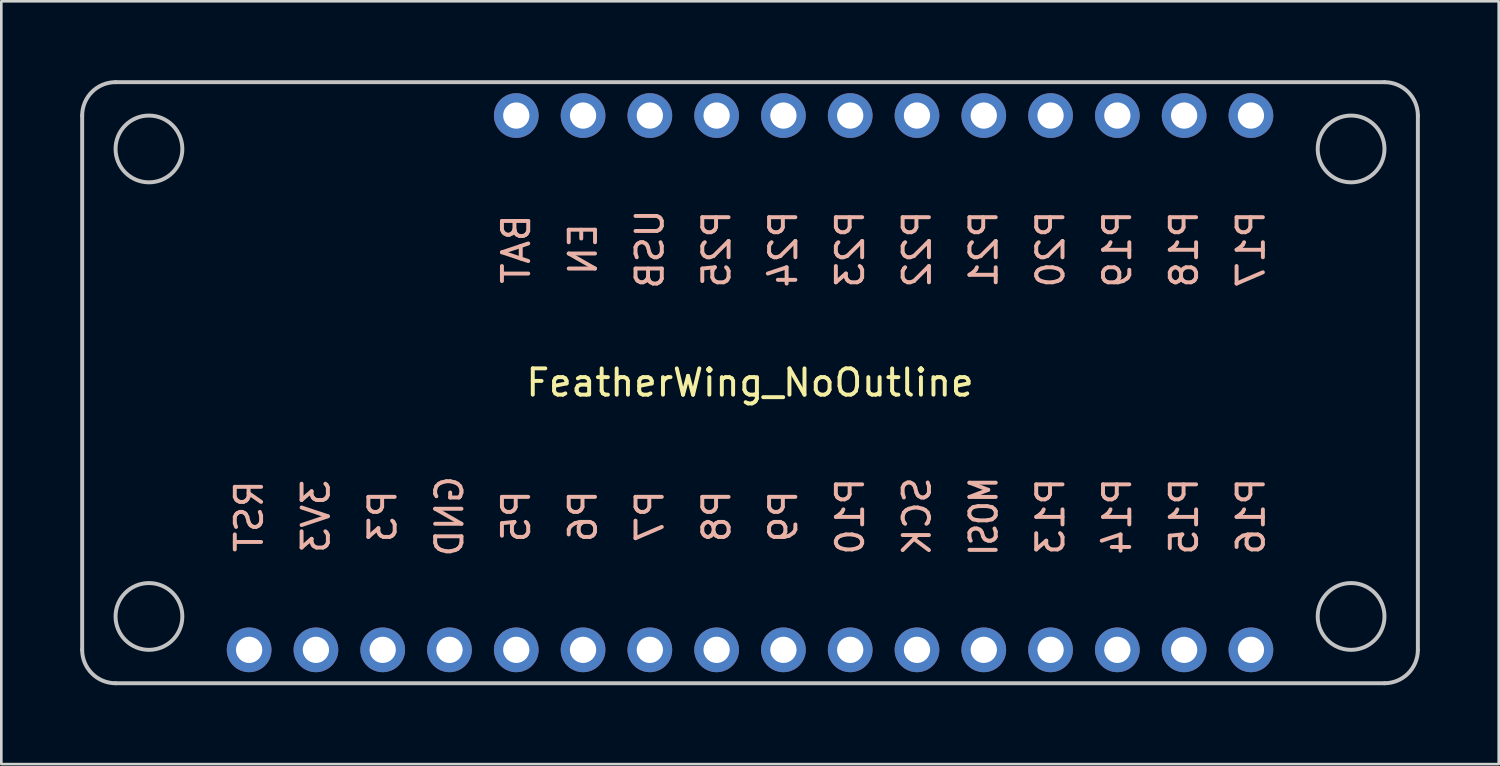
<source format=kicad_pcb>
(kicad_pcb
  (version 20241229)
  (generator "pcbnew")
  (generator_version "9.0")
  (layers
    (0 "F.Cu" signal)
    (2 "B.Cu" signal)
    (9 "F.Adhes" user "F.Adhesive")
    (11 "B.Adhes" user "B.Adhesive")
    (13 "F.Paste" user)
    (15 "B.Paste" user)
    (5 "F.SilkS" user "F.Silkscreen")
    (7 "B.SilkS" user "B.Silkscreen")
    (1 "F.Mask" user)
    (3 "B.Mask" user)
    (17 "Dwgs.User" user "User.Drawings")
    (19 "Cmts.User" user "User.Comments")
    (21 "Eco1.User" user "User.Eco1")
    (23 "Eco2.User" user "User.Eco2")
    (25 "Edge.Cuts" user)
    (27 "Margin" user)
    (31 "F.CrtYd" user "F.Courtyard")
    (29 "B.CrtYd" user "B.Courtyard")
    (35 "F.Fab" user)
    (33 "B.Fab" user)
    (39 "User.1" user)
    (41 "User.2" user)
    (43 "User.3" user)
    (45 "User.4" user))
  (footprint "FeatherWing_NoOutline"
    (layer "F.Cu")
    (at 25.475 11.505)
    (property "Reference" "FeatherWing_NoOutline" (at 0 0 0) (layer "F.SilkS") (effects (font (size 1 1) (thickness 0.15))))
    (attr through_hole)
    (fp_line (start -25.4 10.16) (end -25.4 -10.16) (stroke (width 0.15) (type solid)) (layer "Dwgs.User"))
    (fp_line (start -24.13 -11.43) (end 24.13 -11.43) (stroke (width 0.15) (type solid)) (layer "Dwgs.User"))
    (fp_line (start 24.13 11.43) (end -24.13 11.43) (stroke (width 0.15) (type solid)) (layer "Dwgs.User"))
    (fp_line (start 25.4 -10.16) (end 25.4 10.16) (stroke (width 0.15) (type solid)) (layer "Dwgs.User"))
    (fp_arc (start -25.4 -10.16) (mid -25.028026 -11.058026) (end -24.13 -11.43) (stroke (width 0.15) (type solid)) (layer "Dwgs.User"))
    (fp_arc (start -24.13 11.43) (mid -25.028026 11.058026) (end -25.4 10.16) (stroke (width 0.15) (type solid)) (layer "Dwgs.User"))
    (fp_arc (start 24.13 -11.43) (mid 25.028026 -11.058026) (end 25.4 -10.16) (stroke (width 0.15) (type solid)) (layer "Dwgs.User"))
    (fp_arc (start 25.4 10.16) (mid 25.028026 11.058026) (end 24.13 11.43) (stroke (width 0.15) (type solid)) (layer "Dwgs.User"))
    (fp_circle (center -22.86 -8.89) (end -21.59 -8.89) (stroke (width 0.15) (type solid)) (fill no) (layer "Dwgs.User"))
    (fp_circle (center -22.86 8.89) (end -21.59 8.89) (stroke (width 0.15) (type solid)) (fill no) (layer "Dwgs.User"))
    (fp_circle (center 22.86 -8.89) (end 21.59 -8.89) (stroke (width 0.15) (type solid)) (fill no) (layer "Dwgs.User"))
    (fp_circle (center 22.86 8.89) (end 21.59 8.89) (stroke (width 0.15) (type solid)) (fill no) (layer "Dwgs.User"))
    (fp_text user "P17" (at 19.05 -5.08 90) (layer "B.SilkS") (effects (font (size 1 1) (thickness 0.15)) (justify mirror)))
    (fp_text user "P3" (at -13.97 5.08 90) (layer "B.SilkS") (effects (font (size 1 1) (thickness 0.15)) (justify mirror)))
    (fp_text user "EN" (at -6.35 -5.08 90) (layer "B.SilkS") (effects (font (size 1 1) (thickness 0.15)) (justify mirror)))
    (fp_text user "RST" (at -19.05 5.08 90) (layer "B.SilkS") (effects (font (size 1 1) (thickness 0.15)) (justify mirror)))
    (fp_text user "USB" (at -3.81 -5.08 90) (layer "B.SilkS") (effects (font (size 1 1) (thickness 0.15)) (justify mirror)))
    (fp_text user "P18" (at 16.51 -5.08 90) (layer "B.SilkS") (effects (font (size 1 1) (thickness 0.15)) (justify mirror)))
    (fp_text user "GND" (at -11.43 5.08 90) (layer "B.SilkS") (effects (font (size 1 1) (thickness 0.15)) (justify mirror)))
    (fp_text user "P9" (at 1.27 5.08 90) (layer "B.SilkS") (effects (font (size 1 1) (thickness 0.15)) (justify mirror)))
    (fp_text user "P20" (at 11.43 -5.08 90) (layer "B.SilkS") (effects (font (size 1 1) (thickness 0.15)) (justify mirror)))
    (fp_text user "P25" (at -1.27 -5.08 90) (layer "B.SilkS") (effects (font (size 1 1) (thickness 0.15)) (justify mirror)))
    (fp_text user "P5" (at -8.89 5.08 90) (layer "B.SilkS") (effects (font (size 1 1) (thickness 0.15)) (justify mirror)))
    (fp_text user "MOSI" (at 8.89 5.08 90) (layer "B.SilkS") (effects (font (size 1 0.813) (thickness 0.15)) (justify mirror)))
    (fp_text user "3V3" (at -16.51 5.08 90) (layer "B.SilkS") (effects (font (size 1 1) (thickness 0.15)) (justify mirror)))
    (fp_text user "P15" (at 16.51 5.08 90) (layer "B.SilkS") (effects (font (size 1 1) (thickness 0.15)) (justify mirror)))
    (fp_text user "P6" (at -6.35 5.08 90) (layer "B.SilkS") (effects (font (size 1 1) (thickness 0.15)) (justify mirror)))
    (fp_text user "BAT" (at -8.89 -5.08 90) (layer "B.SilkS") (effects (font (size 1 1) (thickness 0.15)) (justify mirror)))
    (fp_text user "P7" (at -3.81 5.08 90) (layer "B.SilkS") (effects (font (size 1 1) (thickness 0.15)) (justify mirror)))
    (fp_text user "P22" (at 6.35 -5.08 90) (layer "B.SilkS") (effects (font (size 1 1) (thickness 0.15)) (justify mirror)))
    (fp_text user "P10" (at 3.81 5.08 90) (layer "B.SilkS") (effects (font (size 1 1) (thickness 0.15)) (justify mirror)))
    (fp_text user "P23" (at 3.81 -5.08 90) (layer "B.SilkS") (effects (font (size 1 1) (thickness 0.15)) (justify mirror)))
    (fp_text user "P14" (at 13.97 5.08 90) (layer "B.SilkS") (effects (font (size 1 1) (thickness 0.15)) (justify mirror)))
    (fp_text user "P8" (at -1.27 5.08 90) (layer "B.SilkS") (effects (font (size 1 1) (thickness 0.15)) (justify mirror)))
    (fp_text user "SCK" (at 6.35 5.08 90) (layer "B.SilkS") (effects (font (size 1 1) (thickness 0.15)) (justify mirror)))
    (fp_text user "P13" (at 11.43 5.08 90) (layer "B.SilkS") (effects (font (size 1 1) (thickness 0.15)) (justify mirror)))
    (fp_text user "P21" (at 8.89 -5.08 90) (layer "B.SilkS") (effects (font (size 1 1) (thickness 0.15)) (justify mirror)))
    (fp_text user "P19" (at 13.97 -5.08 90) (layer "B.SilkS") (effects (font (size 1 1) (thickness 0.15)) (justify mirror)))
    (fp_text user "P24" (at 1.27 -5.08 90) (layer "B.SilkS") (effects (font (size 1 1) (thickness 0.15)) (justify mirror)))
    (fp_text user "P16" (at 19.05 5.08 90) (layer "B.SilkS") (effects (font (size 1 1) (thickness 0.15)) (justify mirror)))
    (pad "1" thru_hole circle (at -19.05 10.16) (size 1.7 1.7) (drill 1) (layers "*.Cu" "*.Mask"))
    (pad "2" thru_hole circle (at -16.51 10.16) (size 1.7 1.7) (drill 1) (layers "*.Cu" "*.Mask"))
    (pad "3" thru_hole circle (at -13.97 10.16) (size 1.7 1.7) (drill 1) (layers "*.Cu" "*.Mask"))
    (pad "4" thru_hole circle (at -11.43 10.16) (size 1.7 1.7) (drill 1) (layers "*.Cu" "*.Mask"))
    (pad "5" thru_hole circle (at -8.89 10.16) (size 1.7 1.7) (drill 1) (layers "*.Cu" "*.Mask"))
    (pad "6" thru_hole circle (at -6.35 10.16) (size 1.7 1.7) (drill 1) (layers "*.Cu" "*.Mask"))
    (pad "7" thru_hole circle (at -3.81 10.16) (size 1.7 1.7) (drill 1) (layers "*.Cu" "*.Mask"))
    (pad "8" thru_hole circle (at -1.27 10.16) (size 1.7 1.7) (drill 1) (layers "*.Cu" "*.Mask"))
    (pad "9" thru_hole circle (at 1.27 10.16) (size 1.7 1.7) (drill 1) (layers "*.Cu" "*.Mask"))
    (pad "10" thru_hole circle (at 3.81 10.16) (size 1.7 1.7) (drill 1) (layers "*.Cu" "*.Mask"))
    (pad "11" thru_hole circle (at 6.35 10.16) (size 1.7 1.7) (drill 1) (layers "*.Cu" "*.Mask"))
    (pad "12" thru_hole circle (at 8.89 10.16) (size 1.7 1.7) (drill 1) (layers "*.Cu" "*.Mask"))
    (pad "13" thru_hole circle (at 11.43 10.16) (size 1.7 1.7) (drill 1) (layers "*.Cu" "*.Mask"))
    (pad "14" thru_hole circle (at 13.97 10.16) (size 1.7 1.7) (drill 1) (layers "*.Cu" "*.Mask"))
    (pad "15" thru_hole circle (at 16.51 10.16) (size 1.7 1.7) (drill 1) (layers "*.Cu" "*.Mask"))
    (pad "16" thru_hole circle (at 19.05 10.16) (size 1.7 1.7) (drill 1) (layers "*.Cu" "*.Mask"))
    (pad "17" thru_hole circle (at 19.05 -10.16) (size 1.7 1.7) (drill 1) (layers "*.Cu" "*.Mask"))
    (pad "18" thru_hole circle (at 16.51 -10.16) (size 1.7 1.7) (drill 1) (layers "*.Cu" "*.Mask"))
    (pad "19" thru_hole circle (at 13.97 -10.16) (size 1.7 1.7) (drill 1) (layers "*.Cu" "*.Mask"))
    (pad "20" thru_hole circle (at 11.43 -10.16) (size 1.7 1.7) (drill 1) (layers "*.Cu" "*.Mask"))
    (pad "21" thru_hole circle (at 8.89 -10.16) (size 1.7 1.7) (drill 1) (layers "*.Cu" "*.Mask"))
    (pad "22" thru_hole circle (at 6.35 -10.16) (size 1.7 1.7) (drill 1) (layers "*.Cu" "*.Mask"))
    (pad "23" thru_hole circle (at 3.81 -10.16) (size 1.7 1.7) (drill 1) (layers "*.Cu" "*.Mask"))
    (pad "24" thru_hole circle (at 1.27 -10.16) (size 1.7 1.7) (drill 1) (layers "*.Cu" "*.Mask"))
    (pad "25" thru_hole circle (at -1.27 -10.16) (size 1.7 1.7) (drill 1) (layers "*.Cu" "*.Mask"))
    (pad "26" thru_hole circle (at -3.81 -10.16) (size 1.7 1.7) (drill 1) (layers "*.Cu" "*.Mask"))
    (pad "27" thru_hole circle (at -6.35 -10.16) (size 1.7 1.7) (drill 1) (layers "*.Cu" "*.Mask"))
    (pad "28" thru_hole circle (at -8.89 -10.16) (size 1.7 1.7) (drill 1) (layers "*.Cu" "*.Mask")))
  (gr_rect
    (start -3 -3)
    (end 53.95 26.01)
    (stroke (width 0.1) (type default))
    (fill no)
    (layer "Edge.Cuts")))
</source>
